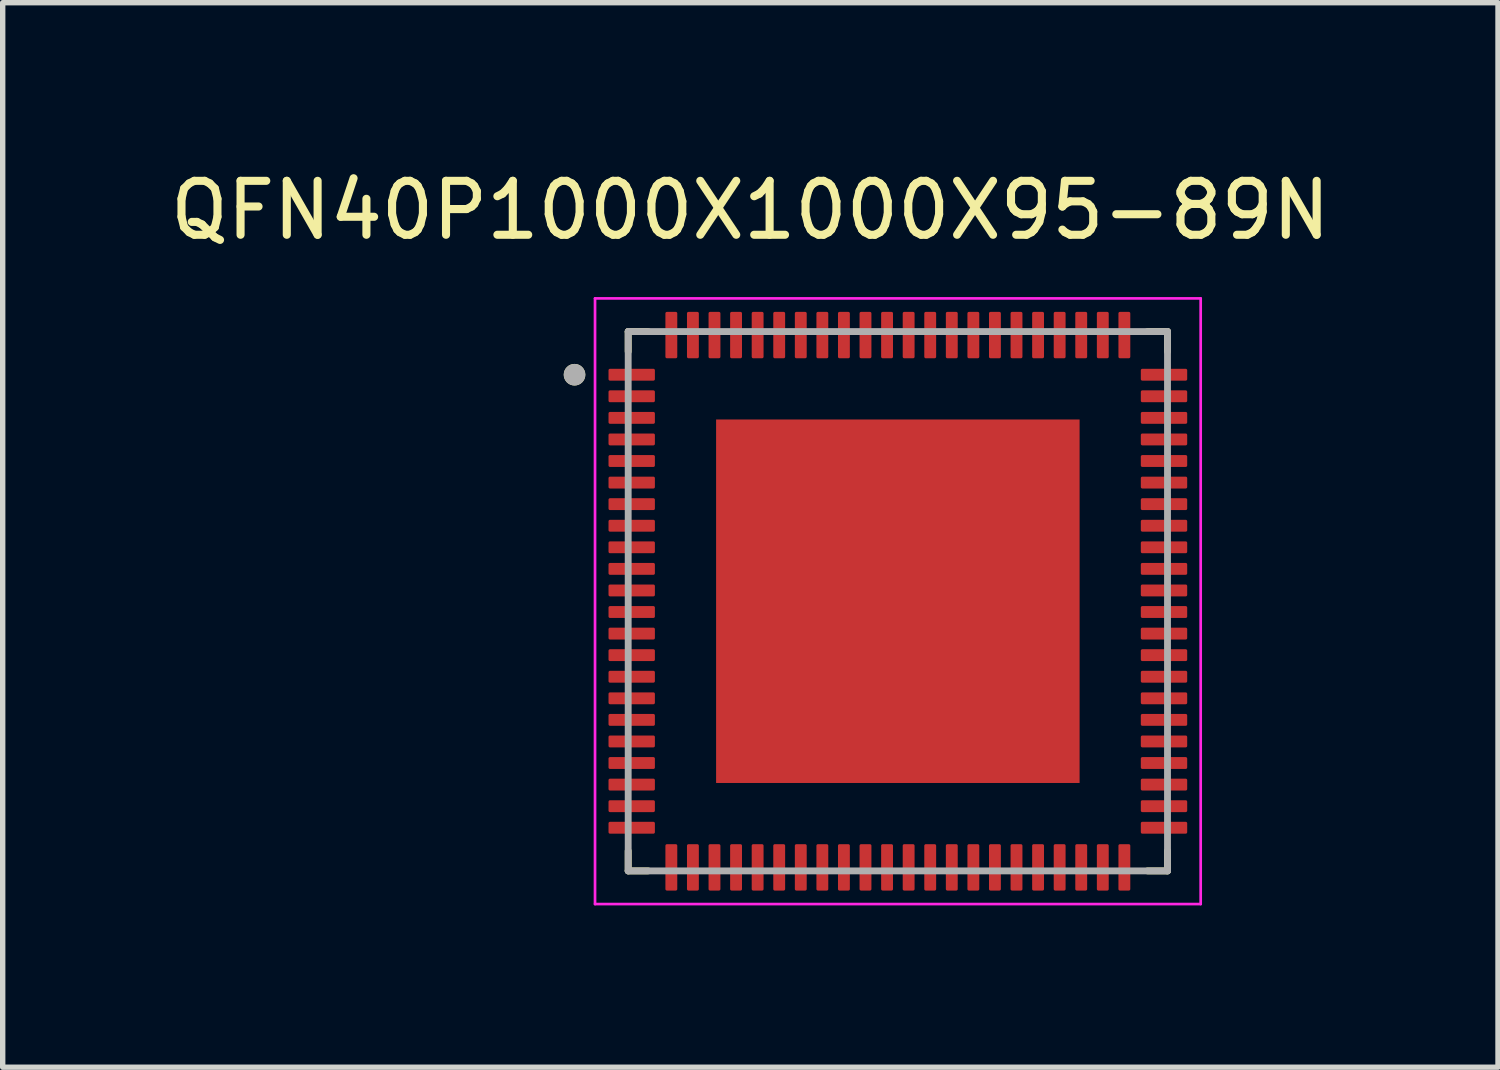
<source format=kicad_pcb>
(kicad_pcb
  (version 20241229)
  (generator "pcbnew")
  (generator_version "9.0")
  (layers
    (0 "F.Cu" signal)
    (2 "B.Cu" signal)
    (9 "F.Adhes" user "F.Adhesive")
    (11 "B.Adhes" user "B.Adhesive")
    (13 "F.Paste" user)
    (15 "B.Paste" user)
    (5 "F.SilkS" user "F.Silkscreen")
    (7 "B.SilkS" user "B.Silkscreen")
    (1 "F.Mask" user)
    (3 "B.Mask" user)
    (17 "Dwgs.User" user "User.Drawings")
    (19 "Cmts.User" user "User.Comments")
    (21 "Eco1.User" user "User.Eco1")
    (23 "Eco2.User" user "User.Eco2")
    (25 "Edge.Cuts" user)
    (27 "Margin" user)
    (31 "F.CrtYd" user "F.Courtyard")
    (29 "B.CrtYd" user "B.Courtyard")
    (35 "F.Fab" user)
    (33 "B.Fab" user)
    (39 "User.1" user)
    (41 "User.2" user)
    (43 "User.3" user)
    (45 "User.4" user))
  (footprint "QFN40P1000X1000X95-89N"
    (layer "F.Cu")
    (at 13.598 8.098)
    (property "Reference" "QFN40P1000X1000X95-89N" (at -2.735 -7.25 0) (layer "F.SilkS") (effects (font (size 1 1) (thickness 0.15))))
    (attr smd)
    (fp_line (start -5 -5) (end -5 -4.63) (stroke (width 0.127) (type solid)) (layer "F.SilkS"))
    (fp_line (start -5 -5) (end -4.63 -5) (stroke (width 0.127) (type solid)) (layer "F.SilkS"))
    (fp_line (start -5 5) (end -5 4.63) (stroke (width 0.127) (type solid)) (layer "F.SilkS"))
    (fp_line (start -5 5) (end -4.63 5) (stroke (width 0.127) (type solid)) (layer "F.SilkS"))
    (fp_line (start 5 -5) (end 4.63 -5) (stroke (width 0.127) (type solid)) (layer "F.SilkS"))
    (fp_line (start 5 -5) (end 5 -4.63) (stroke (width 0.127) (type solid)) (layer "F.SilkS"))
    (fp_line (start 5 5) (end 4.63 5) (stroke (width 0.127) (type solid)) (layer "F.SilkS"))
    (fp_line (start 5 5) (end 5 4.63) (stroke (width 0.127) (type solid)) (layer "F.SilkS"))
    (fp_circle (center -5.995 -4.2) (end -5.895 -4.2) (stroke (width 0.2) (type solid)) (fill no) (layer "F.SilkS"))
    (fp_poly (pts (xy -2.96 -2.96) (xy -1.54 -2.96) (xy -1.54 -1.54) (xy -2.96 -1.54)) (stroke (width 0.01) (type solid)) (fill yes) (layer "F.Paste"))
    (fp_poly (pts (xy -2.96 -0.71) (xy -1.54 -0.71) (xy -1.54 0.71) (xy -2.96 0.71)) (stroke (width 0.01) (type solid)) (fill yes) (layer "F.Paste"))
    (fp_poly (pts (xy -2.96 1.54) (xy -1.54 1.54) (xy -1.54 2.96) (xy -2.96 2.96)) (stroke (width 0.01) (type solid)) (fill yes) (layer "F.Paste"))
    (fp_poly (pts (xy -0.71 -2.96) (xy 0.71 -2.96) (xy 0.71 -1.54) (xy -0.71 -1.54)) (stroke (width 0.01) (type solid)) (fill yes) (layer "F.Paste"))
    (fp_poly (pts (xy -0.71 -0.71) (xy 0.71 -0.71) (xy 0.71 0.71) (xy -0.71 0.71)) (stroke (width 0.01) (type solid)) (fill yes) (layer "F.Paste"))
    (fp_poly (pts (xy -0.71 1.54) (xy 0.71 1.54) (xy 0.71 2.96) (xy -0.71 2.96)) (stroke (width 0.01) (type solid)) (fill yes) (layer "F.Paste"))
    (fp_poly (pts (xy 1.54 -2.96) (xy 2.96 -2.96) (xy 2.96 -1.54) (xy 1.54 -1.54)) (stroke (width 0.01) (type solid)) (fill yes) (layer "F.Paste"))
    (fp_poly (pts (xy 1.54 -0.71) (xy 2.96 -0.71) (xy 2.96 0.71) (xy 1.54 0.71)) (stroke (width 0.01) (type solid)) (fill yes) (layer "F.Paste"))
    (fp_poly (pts (xy 1.54 1.54) (xy 2.96 1.54) (xy 2.96 2.96) (xy 1.54 2.96)) (stroke (width 0.01) (type solid)) (fill yes) (layer "F.Paste"))
    (fp_line (start -5.615 -5.615) (end 5.615 -5.615) (stroke (width 0.05) (type solid)) (layer "F.CrtYd"))
    (fp_line (start -5.615 5.615) (end -5.615 -5.615) (stroke (width 0.05) (type solid)) (layer "F.CrtYd"))
    (fp_line (start -5.615 5.615) (end 5.615 5.615) (stroke (width 0.05) (type solid)) (layer "F.CrtYd"))
    (fp_line (start 5.615 5.615) (end 5.615 -5.615) (stroke (width 0.05) (type solid)) (layer "F.CrtYd"))
    (fp_line (start -5 5) (end -5 -5) (stroke (width 0.127) (type solid)) (layer "F.Fab"))
    (fp_line (start 5 -5) (end -5 -5) (stroke (width 0.127) (type solid)) (layer "F.Fab"))
    (fp_line (start 5 5) (end -5 5) (stroke (width 0.127) (type solid)) (layer "F.Fab"))
    (fp_line (start 5 5) (end 5 -5) (stroke (width 0.127) (type solid)) (layer "F.Fab"))
    (fp_circle (center -5.995 -4.2) (end -5.895 -4.2) (stroke (width 0.2) (type solid)) (fill no) (layer "F.Fab"))
    (pad "1" smd roundrect (at -4.935 -4.2) (size 0.86 0.22) (layers "F.Cu" "F.Mask" "F.Paste") (roundrect_rratio 0.125))
    (pad "2" smd roundrect (at -4.935 -3.8) (size 0.86 0.22) (layers "F.Cu" "F.Mask" "F.Paste") (roundrect_rratio 0.125))
    (pad "3" smd roundrect (at -4.935 -3.4) (size 0.86 0.22) (layers "F.Cu" "F.Mask" "F.Paste") (roundrect_rratio 0.125))
    (pad "4" smd roundrect (at -4.935 -3) (size 0.86 0.22) (layers "F.Cu" "F.Mask" "F.Paste") (roundrect_rratio 0.125))
    (pad "5" smd roundrect (at -4.935 -2.6) (size 0.86 0.22) (layers "F.Cu" "F.Mask" "F.Paste") (roundrect_rratio 0.125))
    (pad "6" smd roundrect (at -4.935 -2.2) (size 0.86 0.22) (layers "F.Cu" "F.Mask" "F.Paste") (roundrect_rratio 0.125))
    (pad "7" smd roundrect (at -4.935 -1.8) (size 0.86 0.22) (layers "F.Cu" "F.Mask" "F.Paste") (roundrect_rratio 0.125))
    (pad "8" smd roundrect (at -4.935 -1.4) (size 0.86 0.22) (layers "F.Cu" "F.Mask" "F.Paste") (roundrect_rratio 0.125))
    (pad "9" smd roundrect (at -4.935 -1) (size 0.86 0.22) (layers "F.Cu" "F.Mask" "F.Paste") (roundrect_rratio 0.125))
    (pad "10" smd roundrect (at -4.935 -0.6) (size 0.86 0.22) (layers "F.Cu" "F.Mask" "F.Paste") (roundrect_rratio 0.125))
    (pad "11" smd roundrect (at -4.935 -0.2) (size 0.86 0.22) (layers "F.Cu" "F.Mask" "F.Paste") (roundrect_rratio 0.125))
    (pad "12" smd roundrect (at -4.935 0.2) (size 0.86 0.22) (layers "F.Cu" "F.Mask" "F.Paste") (roundrect_rratio 0.125))
    (pad "13" smd roundrect (at -4.935 0.6) (size 0.86 0.22) (layers "F.Cu" "F.Mask" "F.Paste") (roundrect_rratio 0.125))
    (pad "14" smd roundrect (at -4.935 1) (size 0.86 0.22) (layers "F.Cu" "F.Mask" "F.Paste") (roundrect_rratio 0.125))
    (pad "15" smd roundrect (at -4.935 1.4) (size 0.86 0.22) (layers "F.Cu" "F.Mask" "F.Paste") (roundrect_rratio 0.125))
    (pad "16" smd roundrect (at -4.935 1.8) (size 0.86 0.22) (layers "F.Cu" "F.Mask" "F.Paste") (roundrect_rratio 0.125))
    (pad "17" smd roundrect (at -4.935 2.2) (size 0.86 0.22) (layers "F.Cu" "F.Mask" "F.Paste") (roundrect_rratio 0.125))
    (pad "18" smd roundrect (at -4.935 2.6) (size 0.86 0.22) (layers "F.Cu" "F.Mask" "F.Paste") (roundrect_rratio 0.125))
    (pad "19" smd roundrect (at -4.935 3) (size 0.86 0.22) (layers "F.Cu" "F.Mask" "F.Paste") (roundrect_rratio 0.125))
    (pad "20" smd roundrect (at -4.935 3.4) (size 0.86 0.22) (layers "F.Cu" "F.Mask" "F.Paste") (roundrect_rratio 0.125))
    (pad "21" smd roundrect (at -4.935 3.8) (size 0.86 0.22) (layers "F.Cu" "F.Mask" "F.Paste") (roundrect_rratio 0.125))
    (pad "22" smd roundrect (at -4.935 4.2) (size 0.86 0.22) (layers "F.Cu" "F.Mask" "F.Paste") (roundrect_rratio 0.125))
    (pad "23" smd roundrect (at -4.2 4.935) (size 0.22 0.86) (layers "F.Cu" "F.Mask" "F.Paste") (roundrect_rratio 0.125))
    (pad "24" smd roundrect (at -3.8 4.935) (size 0.22 0.86) (layers "F.Cu" "F.Mask" "F.Paste") (roundrect_rratio 0.125))
    (pad "25" smd roundrect (at -3.4 4.935) (size 0.22 0.86) (layers "F.Cu" "F.Mask" "F.Paste") (roundrect_rratio 0.125))
    (pad "26" smd roundrect (at -3 4.935) (size 0.22 0.86) (layers "F.Cu" "F.Mask" "F.Paste") (roundrect_rratio 0.125))
    (pad "27" smd roundrect (at -2.6 4.935) (size 0.22 0.86) (layers "F.Cu" "F.Mask" "F.Paste") (roundrect_rratio 0.125))
    (pad "28" smd roundrect (at -2.2 4.935) (size 0.22 0.86) (layers "F.Cu" "F.Mask" "F.Paste") (roundrect_rratio 0.125))
    (pad "29" smd roundrect (at -1.8 4.935) (size 0.22 0.86) (layers "F.Cu" "F.Mask" "F.Paste") (roundrect_rratio 0.125))
    (pad "30" smd roundrect (at -1.4 4.935) (size 0.22 0.86) (layers "F.Cu" "F.Mask" "F.Paste") (roundrect_rratio 0.125))
    (pad "31" smd roundrect (at -1 4.935) (size 0.22 0.86) (layers "F.Cu" "F.Mask" "F.Paste") (roundrect_rratio 0.125))
    (pad "32" smd roundrect (at -0.6 4.935) (size 0.22 0.86) (layers "F.Cu" "F.Mask" "F.Paste") (roundrect_rratio 0.125))
    (pad "33" smd roundrect (at -0.2 4.935) (size 0.22 0.86) (layers "F.Cu" "F.Mask" "F.Paste") (roundrect_rratio 0.125))
    (pad "34" smd roundrect (at 0.2 4.935) (size 0.22 0.86) (layers "F.Cu" "F.Mask" "F.Paste") (roundrect_rratio 0.125))
    (pad "35" smd roundrect (at 0.6 4.935) (size 0.22 0.86) (layers "F.Cu" "F.Mask" "F.Paste") (roundrect_rratio 0.125))
    (pad "36" smd roundrect (at 1 4.935) (size 0.22 0.86) (layers "F.Cu" "F.Mask" "F.Paste") (roundrect_rratio 0.125))
    (pad "37" smd roundrect (at 1.4 4.935) (size 0.22 0.86) (layers "F.Cu" "F.Mask" "F.Paste") (roundrect_rratio 0.125))
    (pad "38" smd roundrect (at 1.8 4.935) (size 0.22 0.86) (layers "F.Cu" "F.Mask" "F.Paste") (roundrect_rratio 0.125))
    (pad "39" smd roundrect (at 2.2 4.935) (size 0.22 0.86) (layers "F.Cu" "F.Mask" "F.Paste") (roundrect_rratio 0.125))
    (pad "40" smd roundrect (at 2.6 4.935) (size 0.22 0.86) (layers "F.Cu" "F.Mask" "F.Paste") (roundrect_rratio 0.125))
    (pad "41" smd roundrect (at 3 4.935) (size 0.22 0.86) (layers "F.Cu" "F.Mask" "F.Paste") (roundrect_rratio 0.125))
    (pad "42" smd roundrect (at 3.4 4.935) (size 0.22 0.86) (layers "F.Cu" "F.Mask" "F.Paste") (roundrect_rratio 0.125))
    (pad "43" smd roundrect (at 3.8 4.935) (size 0.22 0.86) (layers "F.Cu" "F.Mask" "F.Paste") (roundrect_rratio 0.125))
    (pad "44" smd roundrect (at 4.2 4.935) (size 0.22 0.86) (layers "F.Cu" "F.Mask" "F.Paste") (roundrect_rratio 0.125))
    (pad "45" smd roundrect (at 4.935 4.2) (size 0.86 0.22) (layers "F.Cu" "F.Mask" "F.Paste") (roundrect_rratio 0.125))
    (pad "46" smd roundrect (at 4.935 3.8) (size 0.86 0.22) (layers "F.Cu" "F.Mask" "F.Paste") (roundrect_rratio 0.125))
    (pad "47" smd roundrect (at 4.935 3.4) (size 0.86 0.22) (layers "F.Cu" "F.Mask" "F.Paste") (roundrect_rratio 0.125))
    (pad "48" smd roundrect (at 4.935 3) (size 0.86 0.22) (layers "F.Cu" "F.Mask" "F.Paste") (roundrect_rratio 0.125))
    (pad "49" smd roundrect (at 4.935 2.6) (size 0.86 0.22) (layers "F.Cu" "F.Mask" "F.Paste") (roundrect_rratio 0.125))
    (pad "50" smd roundrect (at 4.935 2.2) (size 0.86 0.22) (layers "F.Cu" "F.Mask" "F.Paste") (roundrect_rratio 0.125))
    (pad "51" smd roundrect (at 4.935 1.8) (size 0.86 0.22) (layers "F.Cu" "F.Mask" "F.Paste") (roundrect_rratio 0.125))
    (pad "52" smd roundrect (at 4.935 1.4) (size 0.86 0.22) (layers "F.Cu" "F.Mask" "F.Paste") (roundrect_rratio 0.125))
    (pad "53" smd roundrect (at 4.935 1) (size 0.86 0.22) (layers "F.Cu" "F.Mask" "F.Paste") (roundrect_rratio 0.125))
    (pad "54" smd roundrect (at 4.935 0.6) (size 0.86 0.22) (layers "F.Cu" "F.Mask" "F.Paste") (roundrect_rratio 0.125))
    (pad "55" smd roundrect (at 4.935 0.2) (size 0.86 0.22) (layers "F.Cu" "F.Mask" "F.Paste") (roundrect_rratio 0.125))
    (pad "56" smd roundrect (at 4.935 -0.2) (size 0.86 0.22) (layers "F.Cu" "F.Mask" "F.Paste") (roundrect_rratio 0.125))
    (pad "57" smd roundrect (at 4.935 -0.6) (size 0.86 0.22) (layers "F.Cu" "F.Mask" "F.Paste") (roundrect_rratio 0.125))
    (pad "58" smd roundrect (at 4.935 -1) (size 0.86 0.22) (layers "F.Cu" "F.Mask" "F.Paste") (roundrect_rratio 0.125))
    (pad "59" smd roundrect (at 4.935 -1.4) (size 0.86 0.22) (layers "F.Cu" "F.Mask" "F.Paste") (roundrect_rratio 0.125))
    (pad "60" smd roundrect (at 4.935 -1.8) (size 0.86 0.22) (layers "F.Cu" "F.Mask" "F.Paste") (roundrect_rratio 0.125))
    (pad "61" smd roundrect (at 4.935 -2.2) (size 0.86 0.22) (layers "F.Cu" "F.Mask" "F.Paste") (roundrect_rratio 0.125))
    (pad "62" smd roundrect (at 4.935 -2.6) (size 0.86 0.22) (layers "F.Cu" "F.Mask" "F.Paste") (roundrect_rratio 0.125))
    (pad "63" smd roundrect (at 4.935 -3) (size 0.86 0.22) (layers "F.Cu" "F.Mask" "F.Paste") (roundrect_rratio 0.125))
    (pad "64" smd roundrect (at 4.935 -3.4) (size 0.86 0.22) (layers "F.Cu" "F.Mask" "F.Paste") (roundrect_rratio 0.125))
    (pad "65" smd roundrect (at 4.935 -3.8) (size 0.86 0.22) (layers "F.Cu" "F.Mask" "F.Paste") (roundrect_rratio 0.125))
    (pad "66" smd roundrect (at 4.935 -4.2) (size 0.86 0.22) (layers "F.Cu" "F.Mask" "F.Paste") (roundrect_rratio 0.125))
    (pad "67" smd roundrect (at 4.2 -4.935) (size 0.22 0.86) (layers "F.Cu" "F.Mask" "F.Paste") (roundrect_rratio 0.125))
    (pad "68" smd roundrect (at 3.8 -4.935) (size 0.22 0.86) (layers "F.Cu" "F.Mask" "F.Paste") (roundrect_rratio 0.125))
    (pad "69" smd roundrect (at 3.4 -4.935) (size 0.22 0.86) (layers "F.Cu" "F.Mask" "F.Paste") (roundrect_rratio 0.125))
    (pad "70" smd roundrect (at 3 -4.935) (size 0.22 0.86) (layers "F.Cu" "F.Mask" "F.Paste") (roundrect_rratio 0.125))
    (pad "71" smd roundrect (at 2.6 -4.935) (size 0.22 0.86) (layers "F.Cu" "F.Mask" "F.Paste") (roundrect_rratio 0.125))
    (pad "72" smd roundrect (at 2.2 -4.935) (size 0.22 0.86) (layers "F.Cu" "F.Mask" "F.Paste") (roundrect_rratio 0.125))
    (pad "73" smd roundrect (at 1.8 -4.935) (size 0.22 0.86) (layers "F.Cu" "F.Mask" "F.Paste") (roundrect_rratio 0.125))
    (pad "74" smd roundrect (at 1.4 -4.935) (size 0.22 0.86) (layers "F.Cu" "F.Mask" "F.Paste") (roundrect_rratio 0.125))
    (pad "75" smd roundrect (at 1 -4.935) (size 0.22 0.86) (layers "F.Cu" "F.Mask" "F.Paste") (roundrect_rratio 0.125))
    (pad "76" smd roundrect (at 0.6 -4.935) (size 0.22 0.86) (layers "F.Cu" "F.Mask" "F.Paste") (roundrect_rratio 0.125))
    (pad "77" smd roundrect (at 0.2 -4.935) (size 0.22 0.86) (layers "F.Cu" "F.Mask" "F.Paste") (roundrect_rratio 0.125))
    (pad "78" smd roundrect (at -0.2 -4.935) (size 0.22 0.86) (layers "F.Cu" "F.Mask" "F.Paste") (roundrect_rratio 0.125))
    (pad "79" smd roundrect (at -0.6 -4.935) (size 0.22 0.86) (layers "F.Cu" "F.Mask" "F.Paste") (roundrect_rratio 0.125))
    (pad "80" smd roundrect (at -1 -4.935) (size 0.22 0.86) (layers "F.Cu" "F.Mask" "F.Paste") (roundrect_rratio 0.125))
    (pad "81" smd roundrect (at -1.4 -4.935) (size 0.22 0.86) (layers "F.Cu" "F.Mask" "F.Paste") (roundrect_rratio 0.125))
    (pad "82" smd roundrect (at -1.8 -4.935) (size 0.22 0.86) (layers "F.Cu" "F.Mask" "F.Paste") (roundrect_rratio 0.125))
    (pad "83" smd roundrect (at -2.2 -4.935) (size 0.22 0.86) (layers "F.Cu" "F.Mask" "F.Paste") (roundrect_rratio 0.125))
    (pad "84" smd roundrect (at -2.6 -4.935) (size 0.22 0.86) (layers "F.Cu" "F.Mask" "F.Paste") (roundrect_rratio 0.125))
    (pad "85" smd roundrect (at -3 -4.935) (size 0.22 0.86) (layers "F.Cu" "F.Mask" "F.Paste") (roundrect_rratio 0.125))
    (pad "86" smd roundrect (at -3.4 -4.935) (size 0.22 0.86) (layers "F.Cu" "F.Mask" "F.Paste") (roundrect_rratio 0.125))
    (pad "87" smd roundrect (at -3.8 -4.935) (size 0.22 0.86) (layers "F.Cu" "F.Mask" "F.Paste") (roundrect_rratio 0.125))
    (pad "88" smd roundrect (at -4.2 -4.935) (size 0.22 0.86) (layers "F.Cu" "F.Mask" "F.Paste") (roundrect_rratio 0.125))
    (pad "89" smd rect (at 0 0) (size 6.74 6.74) (layers "F.Cu" "F.Mask")))
  (gr_rect
    (start -3 -3)
    (end 24.726 16.738)
    (stroke (width 0.1) (type default))
    (fill no)
    (layer "Edge.Cuts")))
</source>
